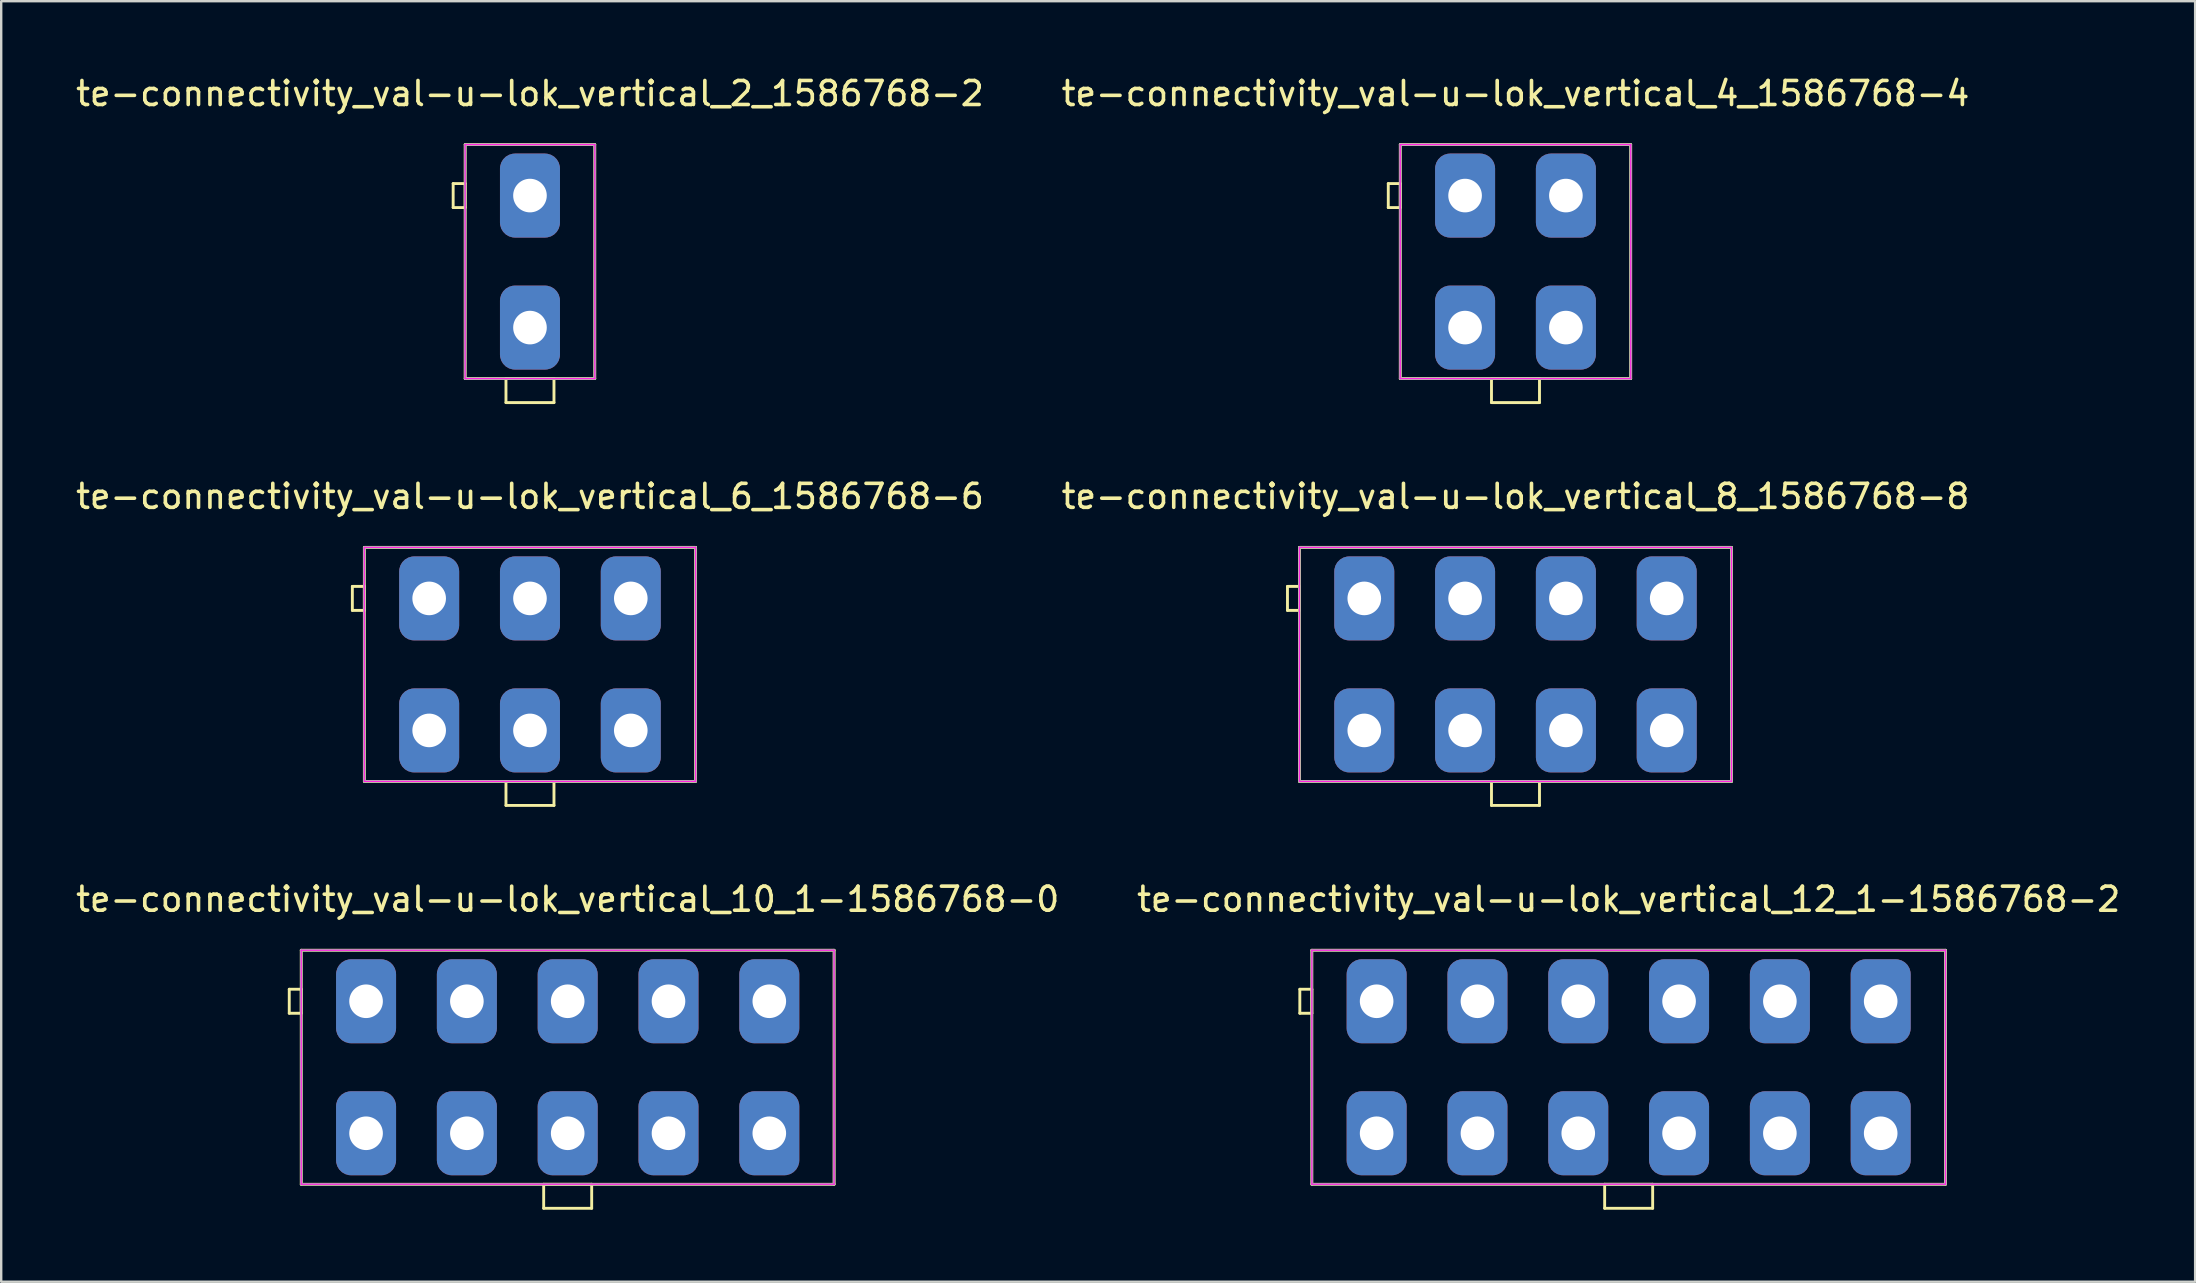
<source format=kicad_pcb>
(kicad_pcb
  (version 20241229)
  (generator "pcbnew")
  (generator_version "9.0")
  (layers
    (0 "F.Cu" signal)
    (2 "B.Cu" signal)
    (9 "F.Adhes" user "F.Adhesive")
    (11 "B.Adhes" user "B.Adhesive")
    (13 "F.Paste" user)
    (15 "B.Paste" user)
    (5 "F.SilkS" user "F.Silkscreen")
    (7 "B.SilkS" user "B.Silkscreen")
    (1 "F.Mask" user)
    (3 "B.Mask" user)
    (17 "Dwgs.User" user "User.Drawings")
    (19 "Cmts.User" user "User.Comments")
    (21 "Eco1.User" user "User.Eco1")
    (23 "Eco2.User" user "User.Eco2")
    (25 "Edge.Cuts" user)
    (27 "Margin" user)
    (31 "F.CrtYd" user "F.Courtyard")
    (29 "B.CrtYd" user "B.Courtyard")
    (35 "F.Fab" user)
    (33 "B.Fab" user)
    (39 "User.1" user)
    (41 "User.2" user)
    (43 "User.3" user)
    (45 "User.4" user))
  (footprint "te-connectivity_val-u-lok_vertical_2_1586768-2"
    (layer "F.Cu")
    (at 19.03 7.848)
    (property "Reference" "te-connectivity_val-u-lok_vertical_2_1586768-2" (at 0 -7 0) (layer "F.SilkS") (effects (font (size 1 1) (thickness 0.15))))
    (attr through_hole)
    (fp_line (start -3.2 -3.25) (end -2.7 -3.25) (stroke (width 0.12) (type solid)) (layer "F.SilkS"))
    (fp_line (start -3.2 -2.25) (end -3.2 -3.25) (stroke (width 0.12) (type solid)) (layer "F.SilkS"))
    (fp_line (start -2.7 -4.875) (end -2.7 4.875) (stroke (width 0.12) (type solid)) (layer "F.SilkS"))
    (fp_line (start -2.7 -3.25) (end -2.7 -2.25) (stroke (width 0.12) (type solid)) (layer "F.SilkS"))
    (fp_line (start -2.7 -2.25) (end -3.2 -2.25) (stroke (width 0.12) (type solid)) (layer "F.SilkS"))
    (fp_line (start -2.7 4.875) (end 2.7 4.875) (stroke (width 0.12) (type solid)) (layer "F.SilkS"))
    (fp_line (start -1 4.875) (end -1 5.875) (stroke (width 0.12) (type solid)) (layer "F.SilkS"))
    (fp_line (start -1 5.875) (end 1 5.875) (stroke (width 0.12) (type solid)) (layer "F.SilkS"))
    (fp_line (start 1 4.875) (end -1 4.875) (stroke (width 0.12) (type solid)) (layer "F.SilkS"))
    (fp_line (start 1 5.875) (end 1 4.875) (stroke (width 0.12) (type solid)) (layer "F.SilkS"))
    (fp_line (start 2.7 -4.875) (end -2.7 -4.875) (stroke (width 0.12) (type solid)) (layer "F.SilkS"))
    (fp_line (start 2.7 4.875) (end 2.7 -4.875) (stroke (width 0.12) (type solid)) (layer "F.SilkS"))
    (fp_line (start -2.7 -4.875) (end -2.7 4.875) (stroke (width 0.05) (type solid)) (layer "F.CrtYd"))
    (fp_line (start -2.7 4.875) (end 2.7 4.875) (stroke (width 0.05) (type solid)) (layer "F.CrtYd"))
    (fp_line (start 2.7 -4.875) (end -2.7 -4.875) (stroke (width 0.05) (type solid)) (layer "F.CrtYd"))
    (fp_line (start 2.7 4.875) (end 2.7 -4.875) (stroke (width 0.05) (type solid)) (layer "F.CrtYd"))
    (fp_line (start -2.7 -4.875) (end -2.7 4.875) (stroke (width 0.1) (type solid)) (layer "F.Fab"))
    (fp_line (start -2.7 4.875) (end 2.7 4.875) (stroke (width 0.1) (type solid)) (layer "F.Fab"))
    (fp_line (start 2.7 -4.875) (end -2.7 -4.875) (stroke (width 0.1) (type solid)) (layer "F.Fab"))
    (fp_line (start 2.7 4.875) (end 2.7 -4.875) (stroke (width 0.1) (type solid)) (layer "F.Fab"))
    (pad "1" thru_hole roundrect (at 0 -2.75) (size 2.5 3.5) (drill 1.4) (layers "*.Cu" "*.Mask") (roundrect_rratio 0.25))
    (pad "2" thru_hole roundrect (at 0 2.75) (size 2.5 3.5) (drill 1.4) (layers "*.Cu" "*.Mask") (roundrect_rratio 0.25)))
  (footprint "te-connectivity_val-u-lok_vertical_10_1-1586768-0"
    (layer "F.Cu")
    (at 20.601 41.415)
    (property "Reference" "te-connectivity_val-u-lok_vertical_10_1-1586768-0" (at 0 -7 0) (layer "F.SilkS") (effects (font (size 1 1) (thickness 0.15))))
    (attr through_hole)
    (fp_line (start -11.6 -3.25) (end -11.1 -3.25) (stroke (width 0.12) (type solid)) (layer "F.SilkS"))
    (fp_line (start -11.6 -2.25) (end -11.6 -3.25) (stroke (width 0.12) (type solid)) (layer "F.SilkS"))
    (fp_line (start -11.1 -4.875) (end -11.1 4.875) (stroke (width 0.12) (type solid)) (layer "F.SilkS"))
    (fp_line (start -11.1 -3.25) (end -11.1 -2.25) (stroke (width 0.12) (type solid)) (layer "F.SilkS"))
    (fp_line (start -11.1 -2.25) (end -11.6 -2.25) (stroke (width 0.12) (type solid)) (layer "F.SilkS"))
    (fp_line (start -11.1 4.875) (end 11.1 4.875) (stroke (width 0.12) (type solid)) (layer "F.SilkS"))
    (fp_line (start -1 4.875) (end -1 5.875) (stroke (width 0.12) (type solid)) (layer "F.SilkS"))
    (fp_line (start -1 5.875) (end 1 5.875) (stroke (width 0.12) (type solid)) (layer "F.SilkS"))
    (fp_line (start 1 4.875) (end -1 4.875) (stroke (width 0.12) (type solid)) (layer "F.SilkS"))
    (fp_line (start 1 5.875) (end 1 4.875) (stroke (width 0.12) (type solid)) (layer "F.SilkS"))
    (fp_line (start 11.1 -4.875) (end -11.1 -4.875) (stroke (width 0.12) (type solid)) (layer "F.SilkS"))
    (fp_line (start 11.1 4.875) (end 11.1 -4.875) (stroke (width 0.12) (type solid)) (layer "F.SilkS"))
    (fp_line (start -11.1 -4.875) (end -11.1 4.875) (stroke (width 0.05) (type solid)) (layer "F.CrtYd"))
    (fp_line (start -11.1 4.875) (end 11.1 4.875) (stroke (width 0.05) (type solid)) (layer "F.CrtYd"))
    (fp_line (start 11.1 -4.875) (end -11.1 -4.875) (stroke (width 0.05) (type solid)) (layer "F.CrtYd"))
    (fp_line (start 11.1 4.875) (end 11.1 -4.875) (stroke (width 0.05) (type solid)) (layer "F.CrtYd"))
    (fp_line (start -11.1 -4.875) (end -11.1 4.875) (stroke (width 0.1) (type solid)) (layer "F.Fab"))
    (fp_line (start -11.1 4.875) (end 11.1 4.875) (stroke (width 0.1) (type solid)) (layer "F.Fab"))
    (fp_line (start 11.1 -4.875) (end -11.1 -4.875) (stroke (width 0.1) (type solid)) (layer "F.Fab"))
    (fp_line (start 11.1 4.875) (end 11.1 -4.875) (stroke (width 0.1) (type solid)) (layer "F.Fab"))
    (pad "1" thru_hole roundrect (at -8.4 -2.75) (size 2.5 3.5) (drill 1.4) (layers "*.Cu" "*.Mask") (roundrect_rratio 0.25))
    (pad "2" thru_hole roundrect (at -8.4 2.75) (size 2.5 3.5) (drill 1.4) (layers "*.Cu" "*.Mask") (roundrect_rratio 0.25))
    (pad "3" thru_hole roundrect (at -4.2 -2.75) (size 2.5 3.5) (drill 1.4) (layers "*.Cu" "*.Mask") (roundrect_rratio 0.25))
    (pad "4" thru_hole roundrect (at -4.2 2.75) (size 2.5 3.5) (drill 1.4) (layers "*.Cu" "*.Mask") (roundrect_rratio 0.25))
    (pad "5" thru_hole roundrect (at 0 -2.75) (size 2.5 3.5) (drill 1.4) (layers "*.Cu" "*.Mask") (roundrect_rratio 0.25))
    (pad "6" thru_hole roundrect (at 0 2.75) (size 2.5 3.5) (drill 1.4) (layers "*.Cu" "*.Mask") (roundrect_rratio 0.25))
    (pad "7" thru_hole roundrect (at 4.2 -2.75) (size 2.5 3.5) (drill 1.4) (layers "*.Cu" "*.Mask") (roundrect_rratio 0.25))
    (pad "8" thru_hole roundrect (at 4.2 2.75) (size 2.5 3.5) (drill 1.4) (layers "*.Cu" "*.Mask") (roundrect_rratio 0.25))
    (pad "9" thru_hole roundrect (at 8.4 -2.75) (size 2.5 3.5) (drill 1.4) (layers "*.Cu" "*.Mask") (roundrect_rratio 0.25))
    (pad "10" thru_hole roundrect (at 8.4 2.75) (size 2.5 3.5) (drill 1.4) (layers "*.Cu" "*.Mask") (roundrect_rratio 0.25)))
  (footprint "te-connectivity_val-u-lok_vertical_8_1586768-8"
    (layer "F.Cu")
    (at 60.089 24.631)
    (property "Reference" "te-connectivity_val-u-lok_vertical_8_1586768-8" (at 0 -7 0) (layer "F.SilkS") (effects (font (size 1 1) (thickness 0.15))))
    (attr through_hole)
    (fp_line (start -9.5 -3.25) (end -9 -3.25) (stroke (width 0.12) (type solid)) (layer "F.SilkS"))
    (fp_line (start -9.5 -2.25) (end -9.5 -3.25) (stroke (width 0.12) (type solid)) (layer "F.SilkS"))
    (fp_line (start -9 -4.875) (end -9 4.875) (stroke (width 0.12) (type solid)) (layer "F.SilkS"))
    (fp_line (start -9 -3.25) (end -9 -2.25) (stroke (width 0.12) (type solid)) (layer "F.SilkS"))
    (fp_line (start -9 -2.25) (end -9.5 -2.25) (stroke (width 0.12) (type solid)) (layer "F.SilkS"))
    (fp_line (start -9 4.875) (end 9 4.875) (stroke (width 0.12) (type solid)) (layer "F.SilkS"))
    (fp_line (start -1 4.875) (end -1 5.875) (stroke (width 0.12) (type solid)) (layer "F.SilkS"))
    (fp_line (start -1 5.875) (end 1 5.875) (stroke (width 0.12) (type solid)) (layer "F.SilkS"))
    (fp_line (start 1 4.875) (end -1 4.875) (stroke (width 0.12) (type solid)) (layer "F.SilkS"))
    (fp_line (start 1 5.875) (end 1 4.875) (stroke (width 0.12) (type solid)) (layer "F.SilkS"))
    (fp_line (start 9 -4.875) (end -9 -4.875) (stroke (width 0.12) (type solid)) (layer "F.SilkS"))
    (fp_line (start 9 4.875) (end 9 -4.875) (stroke (width 0.12) (type solid)) (layer "F.SilkS"))
    (fp_line (start -9 -4.875) (end -9 4.875) (stroke (width 0.05) (type solid)) (layer "F.CrtYd"))
    (fp_line (start -9 4.875) (end 9 4.875) (stroke (width 0.05) (type solid)) (layer "F.CrtYd"))
    (fp_line (start 9 -4.875) (end -9 -4.875) (stroke (width 0.05) (type solid)) (layer "F.CrtYd"))
    (fp_line (start 9 4.875) (end 9 -4.875) (stroke (width 0.05) (type solid)) (layer "F.CrtYd"))
    (fp_line (start -9 -4.875) (end -9 4.875) (stroke (width 0.1) (type solid)) (layer "F.Fab"))
    (fp_line (start -9 4.875) (end 9 4.875) (stroke (width 0.1) (type solid)) (layer "F.Fab"))
    (fp_line (start 9 -4.875) (end -9 -4.875) (stroke (width 0.1) (type solid)) (layer "F.Fab"))
    (fp_line (start 9 4.875) (end 9 -4.875) (stroke (width 0.1) (type solid)) (layer "F.Fab"))
    (pad "1" thru_hole roundrect (at -6.3 -2.75) (size 2.5 3.5) (drill 1.4) (layers "*.Cu" "*.Mask") (roundrect_rratio 0.25))
    (pad "2" thru_hole roundrect (at -6.3 2.75) (size 2.5 3.5) (drill 1.4) (layers "*.Cu" "*.Mask") (roundrect_rratio 0.25))
    (pad "3" thru_hole roundrect (at -2.1 -2.75) (size 2.5 3.5) (drill 1.4) (layers "*.Cu" "*.Mask") (roundrect_rratio 0.25))
    (pad "4" thru_hole roundrect (at -2.1 2.75) (size 2.5 3.5) (drill 1.4) (layers "*.Cu" "*.Mask") (roundrect_rratio 0.25))
    (pad "5" thru_hole roundrect (at 2.1 -2.75) (size 2.5 3.5) (drill 1.4) (layers "*.Cu" "*.Mask") (roundrect_rratio 0.25))
    (pad "6" thru_hole roundrect (at 2.1 2.75) (size 2.5 3.5) (drill 1.4) (layers "*.Cu" "*.Mask") (roundrect_rratio 0.25))
    (pad "7" thru_hole roundrect (at 6.3 -2.75) (size 2.5 3.5) (drill 1.4) (layers "*.Cu" "*.Mask") (roundrect_rratio 0.25))
    (pad "8" thru_hole roundrect (at 6.3 2.75) (size 2.5 3.5) (drill 1.4) (layers "*.Cu" "*.Mask") (roundrect_rratio 0.25)))
  (footprint "te-connectivity_val-u-lok_vertical_12_1-1586768-2"
    (layer "F.Cu")
    (at 64.804 41.415)
    (property "Reference" "te-connectivity_val-u-lok_vertical_12_1-1586768-2" (at 0 -7 0) (layer "F.SilkS") (effects (font (size 1 1) (thickness 0.15))))
    (attr through_hole)
    (fp_line (start -13.7 -3.25) (end -13.2 -3.25) (stroke (width 0.12) (type solid)) (layer "F.SilkS"))
    (fp_line (start -13.7 -2.25) (end -13.7 -3.25) (stroke (width 0.12) (type solid)) (layer "F.SilkS"))
    (fp_line (start -13.2 -4.875) (end -13.2 4.875) (stroke (width 0.12) (type solid)) (layer "F.SilkS"))
    (fp_line (start -13.2 -3.25) (end -13.2 -2.25) (stroke (width 0.12) (type solid)) (layer "F.SilkS"))
    (fp_line (start -13.2 -2.25) (end -13.7 -2.25) (stroke (width 0.12) (type solid)) (layer "F.SilkS"))
    (fp_line (start -13.2 4.875) (end 13.2 4.875) (stroke (width 0.12) (type solid)) (layer "F.SilkS"))
    (fp_line (start -1 4.875) (end -1 5.875) (stroke (width 0.12) (type solid)) (layer "F.SilkS"))
    (fp_line (start -1 5.875) (end 1 5.875) (stroke (width 0.12) (type solid)) (layer "F.SilkS"))
    (fp_line (start 1 4.875) (end -1 4.875) (stroke (width 0.12) (type solid)) (layer "F.SilkS"))
    (fp_line (start 1 5.875) (end 1 4.875) (stroke (width 0.12) (type solid)) (layer "F.SilkS"))
    (fp_line (start 13.2 -4.875) (end -13.2 -4.875) (stroke (width 0.12) (type solid)) (layer "F.SilkS"))
    (fp_line (start 13.2 4.875) (end 13.2 -4.875) (stroke (width 0.12) (type solid)) (layer "F.SilkS"))
    (fp_line (start -13.2 -4.875) (end -13.2 4.875) (stroke (width 0.05) (type solid)) (layer "F.CrtYd"))
    (fp_line (start -13.2 4.875) (end 13.2 4.875) (stroke (width 0.05) (type solid)) (layer "F.CrtYd"))
    (fp_line (start 13.2 -4.875) (end -13.2 -4.875) (stroke (width 0.05) (type solid)) (layer "F.CrtYd"))
    (fp_line (start 13.2 4.875) (end 13.2 -4.875) (stroke (width 0.05) (type solid)) (layer "F.CrtYd"))
    (fp_line (start -13.2 -4.875) (end -13.2 4.875) (stroke (width 0.1) (type solid)) (layer "F.Fab"))
    (fp_line (start -13.2 4.875) (end 13.2 4.875) (stroke (width 0.1) (type solid)) (layer "F.Fab"))
    (fp_line (start 13.2 -4.875) (end -13.2 -4.875) (stroke (width 0.1) (type solid)) (layer "F.Fab"))
    (fp_line (start 13.2 4.875) (end 13.2 -4.875) (stroke (width 0.1) (type solid)) (layer "F.Fab"))
    (pad "1" thru_hole roundrect (at -10.5 -2.75) (size 2.5 3.5) (drill 1.4) (layers "*.Cu" "*.Mask") (roundrect_rratio 0.25))
    (pad "2" thru_hole roundrect (at -10.5 2.75) (size 2.5 3.5) (drill 1.4) (layers "*.Cu" "*.Mask") (roundrect_rratio 0.25))
    (pad "3" thru_hole roundrect (at -6.3 -2.75) (size 2.5 3.5) (drill 1.4) (layers "*.Cu" "*.Mask") (roundrect_rratio 0.25))
    (pad "4" thru_hole roundrect (at -6.3 2.75) (size 2.5 3.5) (drill 1.4) (layers "*.Cu" "*.Mask") (roundrect_rratio 0.25))
    (pad "5" thru_hole roundrect (at -2.1 -2.75) (size 2.5 3.5) (drill 1.4) (layers "*.Cu" "*.Mask") (roundrect_rratio 0.25))
    (pad "6" thru_hole roundrect (at -2.1 2.75) (size 2.5 3.5) (drill 1.4) (layers "*.Cu" "*.Mask") (roundrect_rratio 0.25))
    (pad "7" thru_hole roundrect (at 2.1 -2.75) (size 2.5 3.5) (drill 1.4) (layers "*.Cu" "*.Mask") (roundrect_rratio 0.25))
    (pad "8" thru_hole roundrect (at 2.1 2.75) (size 2.5 3.5) (drill 1.4) (layers "*.Cu" "*.Mask") (roundrect_rratio 0.25))
    (pad "9" thru_hole roundrect (at 6.3 -2.75) (size 2.5 3.5) (drill 1.4) (layers "*.Cu" "*.Mask") (roundrect_rratio 0.25))
    (pad "10" thru_hole roundrect (at 6.3 2.75) (size 2.5 3.5) (drill 1.4) (layers "*.Cu" "*.Mask") (roundrect_rratio 0.25))
    (pad "11" thru_hole roundrect (at 10.5 -2.75) (size 2.5 3.5) (drill 1.4) (layers "*.Cu" "*.Mask") (roundrect_rratio 0.25))
    (pad "12" thru_hole roundrect (at 10.5 2.75) (size 2.5 3.5) (drill 1.4) (layers "*.Cu" "*.Mask") (roundrect_rratio 0.25)))
  (footprint "te-connectivity_val-u-lok_vertical_4_1586768-4"
    (layer "F.Cu")
    (at 60.089 7.848)
    (property "Reference" "te-connectivity_val-u-lok_vertical_4_1586768-4" (at 0 -7 0) (layer "F.SilkS") (effects (font (size 1 1) (thickness 0.15))))
    (attr through_hole)
    (fp_line (start -5.3 -3.25) (end -4.8 -3.25) (stroke (width 0.12) (type solid)) (layer "F.SilkS"))
    (fp_line (start -5.3 -2.25) (end -5.3 -3.25) (stroke (width 0.12) (type solid)) (layer "F.SilkS"))
    (fp_line (start -4.8 -4.875) (end -4.8 4.875) (stroke (width 0.12) (type solid)) (layer "F.SilkS"))
    (fp_line (start -4.8 -3.25) (end -4.8 -2.25) (stroke (width 0.12) (type solid)) (layer "F.SilkS"))
    (fp_line (start -4.8 -2.25) (end -5.3 -2.25) (stroke (width 0.12) (type solid)) (layer "F.SilkS"))
    (fp_line (start -4.8 4.875) (end 4.8 4.875) (stroke (width 0.12) (type solid)) (layer "F.SilkS"))
    (fp_line (start -1 4.875) (end -1 5.875) (stroke (width 0.12) (type solid)) (layer "F.SilkS"))
    (fp_line (start -1 5.875) (end 1 5.875) (stroke (width 0.12) (type solid)) (layer "F.SilkS"))
    (fp_line (start 1 4.875) (end -1 4.875) (stroke (width 0.12) (type solid)) (layer "F.SilkS"))
    (fp_line (start 1 5.875) (end 1 4.875) (stroke (width 0.12) (type solid)) (layer "F.SilkS"))
    (fp_line (start 4.8 -4.875) (end -4.8 -4.875) (stroke (width 0.12) (type solid)) (layer "F.SilkS"))
    (fp_line (start 4.8 4.875) (end 4.8 -4.875) (stroke (width 0.12) (type solid)) (layer "F.SilkS"))
    (fp_line (start -4.8 -4.875) (end -4.8 4.875) (stroke (width 0.05) (type solid)) (layer "F.CrtYd"))
    (fp_line (start -4.8 4.875) (end 4.8 4.875) (stroke (width 0.05) (type solid)) (layer "F.CrtYd"))
    (fp_line (start 4.8 -4.875) (end -4.8 -4.875) (stroke (width 0.05) (type solid)) (layer "F.CrtYd"))
    (fp_line (start 4.8 4.875) (end 4.8 -4.875) (stroke (width 0.05) (type solid)) (layer "F.CrtYd"))
    (fp_line (start -4.8 -4.875) (end -4.8 4.875) (stroke (width 0.1) (type solid)) (layer "F.Fab"))
    (fp_line (start -4.8 4.875) (end 4.8 4.875) (stroke (width 0.1) (type solid)) (layer "F.Fab"))
    (fp_line (start 4.8 -4.875) (end -4.8 -4.875) (stroke (width 0.1) (type solid)) (layer "F.Fab"))
    (fp_line (start 4.8 4.875) (end 4.8 -4.875) (stroke (width 0.1) (type solid)) (layer "F.Fab"))
    (pad "1" thru_hole roundrect (at -2.1 -2.75) (size 2.5 3.5) (drill 1.4) (layers "*.Cu" "*.Mask") (roundrect_rratio 0.25))
    (pad "2" thru_hole roundrect (at -2.1 2.75) (size 2.5 3.5) (drill 1.4) (layers "*.Cu" "*.Mask") (roundrect_rratio 0.25))
    (pad "3" thru_hole roundrect (at 2.1 -2.75) (size 2.5 3.5) (drill 1.4) (layers "*.Cu" "*.Mask") (roundrect_rratio 0.25))
    (pad "4" thru_hole roundrect (at 2.1 2.75) (size 2.5 3.5) (drill 1.4) (layers "*.Cu" "*.Mask") (roundrect_rratio 0.25)))
  (footprint "te-connectivity_val-u-lok_vertical_6_1586768-6"
    (layer "F.Cu")
    (at 19.03 24.631)
    (property "Reference" "te-connectivity_val-u-lok_vertical_6_1586768-6" (at 0 -7 0) (layer "F.SilkS") (effects (font (size 1 1) (thickness 0.15))))
    (attr through_hole)
    (fp_line (start -7.4 -3.25) (end -6.9 -3.25) (stroke (width 0.12) (type solid)) (layer "F.SilkS"))
    (fp_line (start -7.4 -2.25) (end -7.4 -3.25) (stroke (width 0.12) (type solid)) (layer "F.SilkS"))
    (fp_line (start -6.9 -4.875) (end -6.9 4.875) (stroke (width 0.12) (type solid)) (layer "F.SilkS"))
    (fp_line (start -6.9 -3.25) (end -6.9 -2.25) (stroke (width 0.12) (type solid)) (layer "F.SilkS"))
    (fp_line (start -6.9 -2.25) (end -7.4 -2.25) (stroke (width 0.12) (type solid)) (layer "F.SilkS"))
    (fp_line (start -6.9 4.875) (end 6.9 4.875) (stroke (width 0.12) (type solid)) (layer "F.SilkS"))
    (fp_line (start -1 4.875) (end -1 5.875) (stroke (width 0.12) (type solid)) (layer "F.SilkS"))
    (fp_line (start -1 5.875) (end 1 5.875) (stroke (width 0.12) (type solid)) (layer "F.SilkS"))
    (fp_line (start 1 4.875) (end -1 4.875) (stroke (width 0.12) (type solid)) (layer "F.SilkS"))
    (fp_line (start 1 5.875) (end 1 4.875) (stroke (width 0.12) (type solid)) (layer "F.SilkS"))
    (fp_line (start 6.9 -4.875) (end -6.9 -4.875) (stroke (width 0.12) (type solid)) (layer "F.SilkS"))
    (fp_line (start 6.9 4.875) (end 6.9 -4.875) (stroke (width 0.12) (type solid)) (layer "F.SilkS"))
    (fp_line (start -6.9 -4.875) (end -6.9 4.875) (stroke (width 0.05) (type solid)) (layer "F.CrtYd"))
    (fp_line (start -6.9 4.875) (end 6.9 4.875) (stroke (width 0.05) (type solid)) (layer "F.CrtYd"))
    (fp_line (start 6.9 -4.875) (end -6.9 -4.875) (stroke (width 0.05) (type solid)) (layer "F.CrtYd"))
    (fp_line (start 6.9 4.875) (end 6.9 -4.875) (stroke (width 0.05) (type solid)) (layer "F.CrtYd"))
    (fp_line (start -6.9 -4.875) (end -6.9 4.875) (stroke (width 0.1) (type solid)) (layer "F.Fab"))
    (fp_line (start -6.9 4.875) (end 6.9 4.875) (stroke (width 0.1) (type solid)) (layer "F.Fab"))
    (fp_line (start 6.9 -4.875) (end -6.9 -4.875) (stroke (width 0.1) (type solid)) (layer "F.Fab"))
    (fp_line (start 6.9 4.875) (end 6.9 -4.875) (stroke (width 0.1) (type solid)) (layer "F.Fab"))
    (pad "1" thru_hole roundrect (at -4.2 -2.75) (size 2.5 3.5) (drill 1.4) (layers "*.Cu" "*.Mask") (roundrect_rratio 0.25))
    (pad "2" thru_hole roundrect (at -4.2 2.75) (size 2.5 3.5) (drill 1.4) (layers "*.Cu" "*.Mask") (roundrect_rratio 0.25))
    (pad "3" thru_hole roundrect (at 0 -2.75) (size 2.5 3.5) (drill 1.4) (layers "*.Cu" "*.Mask") (roundrect_rratio 0.25))
    (pad "4" thru_hole roundrect (at 0 2.75) (size 2.5 3.5) (drill 1.4) (layers "*.Cu" "*.Mask") (roundrect_rratio 0.25))
    (pad "5" thru_hole roundrect (at 4.2 -2.75) (size 2.5 3.5) (drill 1.4) (layers "*.Cu" "*.Mask") (roundrect_rratio 0.25))
    (pad "6" thru_hole roundrect (at 4.2 2.75) (size 2.5 3.5) (drill 1.4) (layers "*.Cu" "*.Mask") (roundrect_rratio 0.25)))
  (gr_rect
    (start -3 -3)
    (end 88.405 50.35)
    (stroke (width 0.1) (type default))
    (fill no)
    (layer "Edge.Cuts")))
</source>
